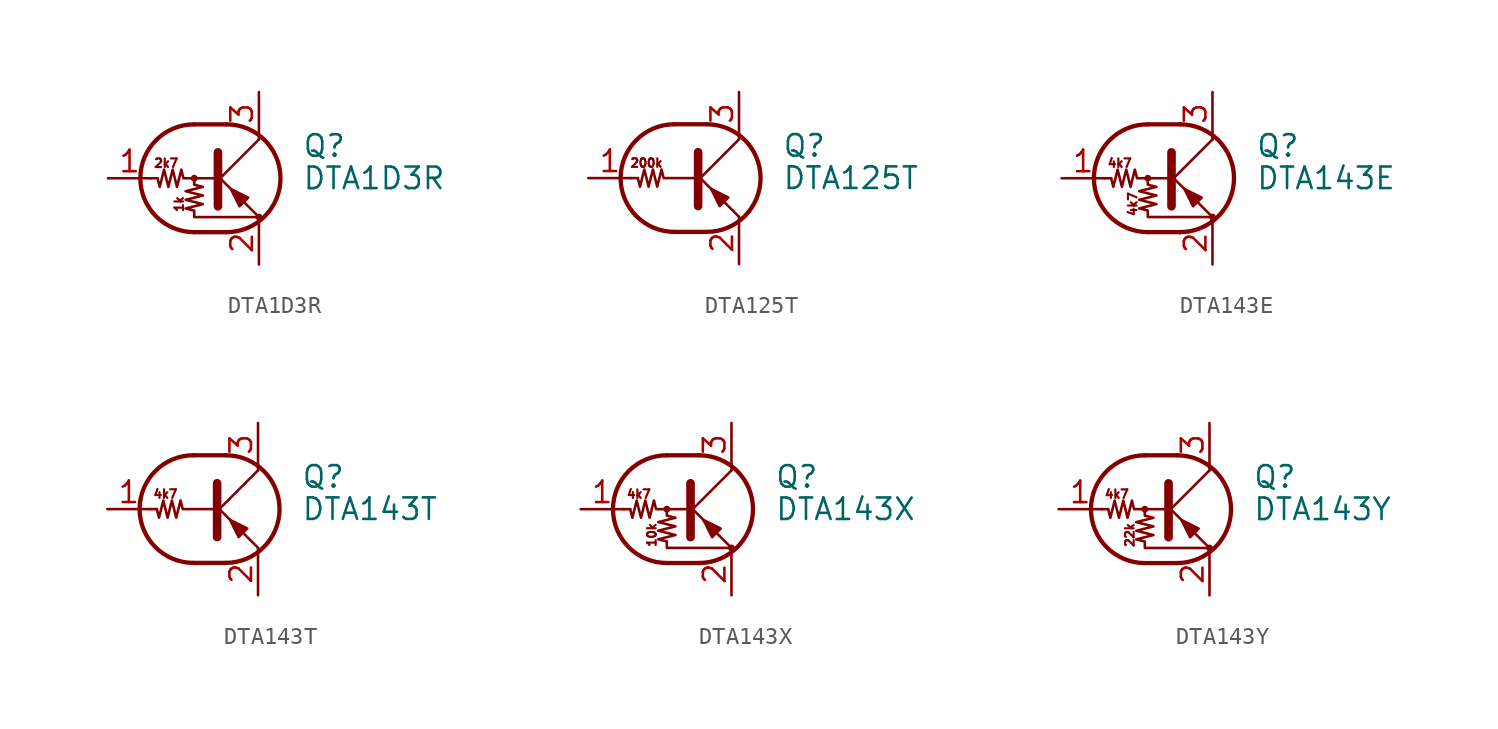
<source format=kicad_sym>
(kicad_symbol_lib
  (version 20201005)
  (generator kicad_symbol_editor)
  (symbol "Transistor_BJT:DTA1D3R"
    (pin_names
      (offset 0) hide)
    (property "Reference" "Q"
      (at 5.08 1.905 0)
      (effects (font (size 1.27 1.27)) (justify left)))
    (property "Value" "DTA1D3R"
      (at 5.08 0 0)
      (effects (font (size 1.27 1.27)) (justify left)))
    (symbol "DTA1D3R_0_0"
      (text "1k" (at -2.159 -1.524 900) (effects (font (size 0.508 0.508))))
      (text "2k7" (at -2.921 0.889 0) (effects (font (size 0.508 0.508)))))
    (symbol "DTA1D3R_0_1"
      (arc (start -1.27 3.175) (end -1.27 -3.175) (radius (at -1.27 0) (length 3.175) (angles 90.1 -90.1)) (stroke (width 0.254)) (fill (type none)))
      (arc (start 0.635 -3.175) (end 0.635 3.175) (radius (at 0.635 0) (length 3.175) (angles -89.9 89.9)) (stroke (width 0.254)) (fill (type none)))
      (circle (center -1.27 0) (radius 0.127) (stroke (width 0)) (fill (type none)))
      (circle (center 2.54 -2.286) (radius 0.127) (stroke (width 0)) (fill (type none)))
      (polyline (pts (xy -3.429 0) (xy -3.81 0)) (stroke (width 0)) (fill (type none)))
      (polyline (pts (xy -1.27 -3.175) (xy 0.635 -3.175)) (stroke (width 0.254)) (fill (type none)))
      (polyline (pts (xy -1.27 3.175) (xy 0.635 3.175)) (stroke (width 0.254)) (fill (type none)))
      (polyline (pts (xy 0 -0.254) (xy 2.54 2.286)) (stroke (width 0)) (fill (type none)))
      (polyline (pts (xy 0.127 1.524) (xy 0.127 -1.651)) (stroke (width 0.508)) (fill (type outline)))
      (polyline (pts (xy 2.54 2.286) (xy 2.54 2.54)) (stroke (width 0)) (fill (type none)))
      (polyline (pts (xy 2.54 -2.286) (xy 0 0.254) (xy 0 0.254)) (stroke (width 0)) (fill (type none)))
      (polyline (pts (xy 1.397 -1.651) (xy 1.905 -1.143) (xy 0.889 -0.635) (xy 1.397 -1.651)) (stroke (width 0)) (fill (type outline)))
      (polyline (pts (xy 0 0) (xy -1.905 0) (xy -2.032 0.508) (xy -2.286 -0.508) (xy -2.54 0.508) (xy -2.794 -0.508) (xy -3.048 0.508) (xy -3.302 -0.508) (xy -3.429 0)) (stroke (width 0)) (fill (type none)))
      (polyline (pts (xy -1.27 0) (xy -1.27 -0.381) (xy -0.762 -0.508) (xy -1.778 -0.762) (xy -0.762 -1.016) (xy -1.778 -1.27) (xy -0.762 -1.524) (xy -1.778 -1.778) (xy -1.27 -1.905) (xy -1.27 -2.286) (xy 2.54 -2.286)) (stroke (width 0)) (fill (type none))))
    (symbol "DTA1D3R_1_1"
      (pin input line (at -6.35 0 0) (length 2.54) (name "B" (effects (font (size 1.27 1.27)))) (number "1" (effects (font (size 1.27 1.27)))))
      (pin passive line (at 2.54 -5.08 90) (length 2.54) (name "E" (effects (font (size 1.27 1.27)))) (number "2" (effects (font (size 1.27 1.27)))))
      (pin passive line (at 2.54 5.08 270) (length 2.54) (name "C" (effects (font (size 1.27 1.27)))) (number "3" (effects (font (size 1.27 1.27)))))))
  (symbol "Transistor_BJT:DTA125T"
    (pin_names
      (offset 0) hide)
    (property "Reference" "Q"
      (at 5.08 1.905 0)
      (effects (font (size 1.27 1.27)) (justify left)))
    (property "Value" "DTA125T"
      (at 5.08 0 0)
      (effects (font (size 1.27 1.27)) (justify left)))
    (symbol "DTA125T_0_0"
      (text "200k" (at -2.921 0.889 0) (effects (font (size 0.508 0.508))))
      (polyline (pts (xy 2.54 -2.286) (xy 2.54 -2.54)) (stroke (width 0)) (fill (type none))))
    (symbol "DTA125T_0_1"
      (arc (start -1.27 3.175) (end -1.27 -3.175) (radius (at -1.27 0) (length 3.175) (angles 90.1 -90.1)) (stroke (width 0.254)) (fill (type none)))
      (arc (start 0.635 -3.175) (end 0.635 3.175) (radius (at 0.635 0) (length 3.175) (angles -89.9 89.9)) (stroke (width 0.254)) (fill (type none)))
      (polyline (pts (xy -3.429 0) (xy -3.81 0)) (stroke (width 0)) (fill (type none)))
      (polyline (pts (xy -1.27 -3.175) (xy 0.635 -3.175)) (stroke (width 0.254)) (fill (type none)))
      (polyline (pts (xy -1.27 3.175) (xy 0.635 3.175)) (stroke (width 0.254)) (fill (type none)))
      (polyline (pts (xy 0 -0.254) (xy 2.54 2.286)) (stroke (width 0)) (fill (type none)))
      (polyline (pts (xy 0.127 1.524) (xy 0.127 -1.651)) (stroke (width 0.508)) (fill (type outline)))
      (polyline (pts (xy 2.54 2.286) (xy 2.54 2.54)) (stroke (width 0)) (fill (type none)))
      (polyline (pts (xy 2.54 -2.286) (xy 0 0.254) (xy 0 0.254)) (stroke (width 0)) (fill (type none)))
      (polyline (pts (xy 1.397 -1.651) (xy 1.905 -1.143) (xy 0.889 -0.635) (xy 1.397 -1.651)) (stroke (width 0)) (fill (type outline)))
      (polyline (pts (xy 0 0) (xy -1.905 0) (xy -2.032 0.508) (xy -2.286 -0.508) (xy -2.54 0.508) (xy -2.794 -0.508) (xy -3.048 0.508) (xy -3.302 -0.508) (xy -3.429 0)) (stroke (width 0)) (fill (type none))))
    (symbol "DTA125T_1_1"
      (pin input line (at -6.35 0 0) (length 2.54) (name "B" (effects (font (size 1.27 1.27)))) (number "1" (effects (font (size 1.27 1.27)))))
      (pin passive line (at 2.54 -5.08 90) (length 2.54) (name "E" (effects (font (size 1.27 1.27)))) (number "2" (effects (font (size 1.27 1.27)))))
      (pin passive line (at 2.54 5.08 270) (length 2.54) (name "C" (effects (font (size 1.27 1.27)))) (number "3" (effects (font (size 1.27 1.27)))))))
  (symbol "Transistor_BJT:DTA143E"
    (pin_names
      (offset 0) hide)
    (property "Reference" "Q"
      (at 5.08 1.905 0)
      (effects (font (size 1.27 1.27)) (justify left)))
    (property "Value" "DTA143E"
      (at 5.08 0 0)
      (effects (font (size 1.27 1.27)) (justify left)))
    (symbol "DTA143E_0_0"
      (text "4k7" (at -2.921 0.889 0) (effects (font (size 0.508 0.508))))
      (text "4k7" (at -2.159 -1.524 900) (effects (font (size 0.508 0.508)))))
    (symbol "DTA143E_0_1"
      (arc (start -1.27 3.175) (end -1.27 -3.175) (radius (at -1.27 0) (length 3.175) (angles 90.1 -90.1)) (stroke (width 0.254)) (fill (type none)))
      (arc (start 0.635 -3.175) (end 0.635 3.175) (radius (at 0.635 0) (length 3.175) (angles -89.9 89.9)) (stroke (width 0.254)) (fill (type none)))
      (circle (center -1.27 0) (radius 0.127) (stroke (width 0)) (fill (type none)))
      (circle (center 2.54 -2.286) (radius 0.127) (stroke (width 0)) (fill (type none)))
      (polyline (pts (xy -3.429 0) (xy -3.81 0)) (stroke (width 0)) (fill (type none)))
      (polyline (pts (xy -1.27 -3.175) (xy 0.635 -3.175)) (stroke (width 0.254)) (fill (type none)))
      (polyline (pts (xy -1.27 3.175) (xy 0.635 3.175)) (stroke (width 0.254)) (fill (type none)))
      (polyline (pts (xy 0 -0.254) (xy 2.54 2.286)) (stroke (width 0)) (fill (type none)))
      (polyline (pts (xy 0.127 1.524) (xy 0.127 -1.651)) (stroke (width 0.508)) (fill (type outline)))
      (polyline (pts (xy 2.54 2.286) (xy 2.54 2.54)) (stroke (width 0)) (fill (type none)))
      (polyline (pts (xy 2.54 -2.286) (xy 0 0.254) (xy 0 0.254)) (stroke (width 0)) (fill (type none)))
      (polyline (pts (xy 1.397 -1.651) (xy 1.905 -1.143) (xy 0.889 -0.635) (xy 1.397 -1.651)) (stroke (width 0)) (fill (type outline)))
      (polyline (pts (xy 0 0) (xy -1.905 0) (xy -2.032 0.508) (xy -2.286 -0.508) (xy -2.54 0.508) (xy -2.794 -0.508) (xy -3.048 0.508) (xy -3.302 -0.508) (xy -3.429 0)) (stroke (width 0)) (fill (type none)))
      (polyline (pts (xy -1.27 0) (xy -1.27 -0.381) (xy -0.762 -0.508) (xy -1.778 -0.762) (xy -0.762 -1.016) (xy -1.778 -1.27) (xy -0.762 -1.524) (xy -1.778 -1.778) (xy -1.27 -1.905) (xy -1.27 -2.286) (xy 2.54 -2.286)) (stroke (width 0)) (fill (type none))))
    (symbol "DTA143E_1_1"
      (pin input line (at -6.35 0 0) (length 2.54) (name "B" (effects (font (size 1.27 1.27)))) (number "1" (effects (font (size 1.27 1.27)))))
      (pin passive line (at 2.54 -5.08 90) (length 2.54) (name "E" (effects (font (size 1.27 1.27)))) (number "2" (effects (font (size 1.27 1.27)))))
      (pin passive line (at 2.54 5.08 270) (length 2.54) (name "C" (effects (font (size 1.27 1.27)))) (number "3" (effects (font (size 1.27 1.27)))))))
  (symbol "Transistor_BJT:DTA143T"
    (pin_names
      (offset 0) hide)
    (property "Reference" "Q"
      (at 5.08 1.905 0)
      (effects (font (size 1.27 1.27)) (justify left)))
    (property "Value" "DTA143T"
      (at 5.08 0 0)
      (effects (font (size 1.27 1.27)) (justify left)))
    (symbol "DTA143T_0_0"
      (text "4k7" (at -2.921 0.889 0) (effects (font (size 0.508 0.508))))
      (polyline (pts (xy 2.54 -2.286) (xy 2.54 -2.54)) (stroke (width 0)) (fill (type none))))
    (symbol "DTA143T_0_1"
      (arc (start -1.27 3.175) (end -1.27 -3.175) (radius (at -1.27 0) (length 3.175) (angles 90.1 -90.1)) (stroke (width 0.254)) (fill (type none)))
      (arc (start 0.635 -3.175) (end 0.635 3.175) (radius (at 0.635 0) (length 3.175) (angles -89.9 89.9)) (stroke (width 0.254)) (fill (type none)))
      (polyline (pts (xy -3.429 0) (xy -3.81 0)) (stroke (width 0)) (fill (type none)))
      (polyline (pts (xy -1.27 -3.175) (xy 0.635 -3.175)) (stroke (width 0.254)) (fill (type none)))
      (polyline (pts (xy -1.27 3.175) (xy 0.635 3.175)) (stroke (width 0.254)) (fill (type none)))
      (polyline (pts (xy 0 -0.254) (xy 2.54 2.286)) (stroke (width 0)) (fill (type none)))
      (polyline (pts (xy 0.127 1.524) (xy 0.127 -1.651)) (stroke (width 0.508)) (fill (type outline)))
      (polyline (pts (xy 2.54 2.286) (xy 2.54 2.54)) (stroke (width 0)) (fill (type none)))
      (polyline (pts (xy 2.54 -2.286) (xy 0 0.254) (xy 0 0.254)) (stroke (width 0)) (fill (type none)))
      (polyline (pts (xy 1.397 -1.651) (xy 1.905 -1.143) (xy 0.889 -0.635) (xy 1.397 -1.651)) (stroke (width 0)) (fill (type outline)))
      (polyline (pts (xy 0 0) (xy -1.905 0) (xy -2.032 0.508) (xy -2.286 -0.508) (xy -2.54 0.508) (xy -2.794 -0.508) (xy -3.048 0.508) (xy -3.302 -0.508) (xy -3.429 0)) (stroke (width 0)) (fill (type none))))
    (symbol "DTA143T_1_1"
      (pin input line (at -6.35 0 0) (length 2.54) (name "B" (effects (font (size 1.27 1.27)))) (number "1" (effects (font (size 1.27 1.27)))))
      (pin passive line (at 2.54 -5.08 90) (length 2.54) (name "E" (effects (font (size 1.27 1.27)))) (number "2" (effects (font (size 1.27 1.27)))))
      (pin passive line (at 2.54 5.08 270) (length 2.54) (name "C" (effects (font (size 1.27 1.27)))) (number "3" (effects (font (size 1.27 1.27)))))))
  (symbol "Transistor_BJT:DTA143X"
    (pin_names
      (offset 0) hide)
    (property "Reference" "Q"
      (at 5.08 1.905 0)
      (effects (font (size 1.27 1.27)) (justify left)))
    (property "Value" "DTA143X"
      (at 5.08 0 0)
      (effects (font (size 1.27 1.27)) (justify left)))
    (symbol "DTA143X_0_0"
      (text "10k" (at -2.159 -1.524 900) (effects (font (size 0.508 0.508))))
      (text "4k7" (at -2.921 0.889 0) (effects (font (size 0.508 0.508)))))
    (symbol "DTA143X_0_1"
      (arc (start -1.27 3.175) (end -1.27 -3.175) (radius (at -1.27 0) (length 3.175) (angles 90.1 -90.1)) (stroke (width 0.254)) (fill (type none)))
      (arc (start 0.635 -3.175) (end 0.635 3.175) (radius (at 0.635 0) (length 3.175) (angles -89.9 89.9)) (stroke (width 0.254)) (fill (type none)))
      (circle (center -1.27 0) (radius 0.127) (stroke (width 0)) (fill (type none)))
      (circle (center 2.54 -2.286) (radius 0.127) (stroke (width 0)) (fill (type none)))
      (polyline (pts (xy -3.429 0) (xy -3.81 0)) (stroke (width 0)) (fill (type none)))
      (polyline (pts (xy -1.27 -3.175) (xy 0.635 -3.175)) (stroke (width 0.254)) (fill (type none)))
      (polyline (pts (xy -1.27 3.175) (xy 0.635 3.175)) (stroke (width 0.254)) (fill (type none)))
      (polyline (pts (xy 0 -0.254) (xy 2.54 2.286)) (stroke (width 0)) (fill (type none)))
      (polyline (pts (xy 0.127 1.524) (xy 0.127 -1.651)) (stroke (width 0.508)) (fill (type outline)))
      (polyline (pts (xy 2.54 2.286) (xy 2.54 2.54)) (stroke (width 0)) (fill (type none)))
      (polyline (pts (xy 2.54 -2.286) (xy 0 0.254) (xy 0 0.254)) (stroke (width 0)) (fill (type none)))
      (polyline (pts (xy 1.397 -1.651) (xy 1.905 -1.143) (xy 0.889 -0.635) (xy 1.397 -1.651)) (stroke (width 0)) (fill (type outline)))
      (polyline (pts (xy 0 0) (xy -1.905 0) (xy -2.032 0.508) (xy -2.286 -0.508) (xy -2.54 0.508) (xy -2.794 -0.508) (xy -3.048 0.508) (xy -3.302 -0.508) (xy -3.429 0)) (stroke (width 0)) (fill (type none)))
      (polyline (pts (xy -1.27 0) (xy -1.27 -0.381) (xy -0.762 -0.508) (xy -1.778 -0.762) (xy -0.762 -1.016) (xy -1.778 -1.27) (xy -0.762 -1.524) (xy -1.778 -1.778) (xy -1.27 -1.905) (xy -1.27 -2.286) (xy 2.54 -2.286)) (stroke (width 0)) (fill (type none))))
    (symbol "DTA143X_1_1"
      (pin input line (at -6.35 0 0) (length 2.54) (name "B" (effects (font (size 1.27 1.27)))) (number "1" (effects (font (size 1.27 1.27)))))
      (pin passive line (at 2.54 -5.08 90) (length 2.54) (name "E" (effects (font (size 1.27 1.27)))) (number "2" (effects (font (size 1.27 1.27)))))
      (pin passive line (at 2.54 5.08 270) (length 2.54) (name "C" (effects (font (size 1.27 1.27)))) (number "3" (effects (font (size 1.27 1.27)))))))
  (symbol "Transistor_BJT:DTA143Y"
    (pin_names
      (offset 0) hide)
    (property "Reference" "Q"
      (at 5.08 1.905 0)
      (effects (font (size 1.27 1.27)) (justify left)))
    (property "Value" "DTA143Y"
      (at 5.08 0 0)
      (effects (font (size 1.27 1.27)) (justify left)))
    (symbol "DTA143Y_0_0"
      (text "22k" (at -2.159 -1.524 900) (effects (font (size 0.508 0.508))))
      (text "4k7" (at -2.921 0.889 0) (effects (font (size 0.508 0.508)))))
    (symbol "DTA143Y_0_1"
      (arc (start -1.27 3.175) (end -1.27 -3.175) (radius (at -1.27 0) (length 3.175) (angles 90.1 -90.1)) (stroke (width 0.254)) (fill (type none)))
      (arc (start 0.635 -3.175) (end 0.635 3.175) (radius (at 0.635 0) (length 3.175) (angles -89.9 89.9)) (stroke (width 0.254)) (fill (type none)))
      (circle (center -1.27 0) (radius 0.127) (stroke (width 0)) (fill (type none)))
      (circle (center 2.54 -2.286) (radius 0.127) (stroke (width 0)) (fill (type none)))
      (polyline (pts (xy -3.429 0) (xy -3.81 0)) (stroke (width 0)) (fill (type none)))
      (polyline (pts (xy -1.27 -3.175) (xy 0.635 -3.175)) (stroke (width 0.254)) (fill (type none)))
      (polyline (pts (xy -1.27 3.175) (xy 0.635 3.175)) (stroke (width 0.254)) (fill (type none)))
      (polyline (pts (xy 0 -0.254) (xy 2.54 2.286)) (stroke (width 0)) (fill (type none)))
      (polyline (pts (xy 0.127 1.524) (xy 0.127 -1.651)) (stroke (width 0.508)) (fill (type outline)))
      (polyline (pts (xy 2.54 2.286) (xy 2.54 2.54)) (stroke (width 0)) (fill (type none)))
      (polyline (pts (xy 2.54 -2.286) (xy 0 0.254) (xy 0 0.254)) (stroke (width 0)) (fill (type none)))
      (polyline (pts (xy 1.397 -1.651) (xy 1.905 -1.143) (xy 0.889 -0.635) (xy 1.397 -1.651)) (stroke (width 0)) (fill (type outline)))
      (polyline (pts (xy 0 0) (xy -1.905 0) (xy -2.032 0.508) (xy -2.286 -0.508) (xy -2.54 0.508) (xy -2.794 -0.508) (xy -3.048 0.508) (xy -3.302 -0.508) (xy -3.429 0)) (stroke (width 0)) (fill (type none)))
      (polyline (pts (xy -1.27 0) (xy -1.27 -0.381) (xy -0.762 -0.508) (xy -1.778 -0.762) (xy -0.762 -1.016) (xy -1.778 -1.27) (xy -0.762 -1.524) (xy -1.778 -1.778) (xy -1.27 -1.905) (xy -1.27 -2.286) (xy 2.54 -2.286)) (stroke (width 0)) (fill (type none))))
    (symbol "DTA143Y_1_1"
      (pin input line (at -6.35 0 0) (length 2.54) (name "B" (effects (font (size 1.27 1.27)))) (number "1" (effects (font (size 1.27 1.27)))))
      (pin passive line (at 2.54 -5.08 90) (length 2.54) (name "E" (effects (font (size 1.27 1.27)))) (number "2" (effects (font (size 1.27 1.27)))))
      (pin passive line (at 2.54 5.08 270) (length 2.54) (name "C" (effects (font (size 1.27 1.27)))) (number "3" (effects (font (size 1.27 1.27))))))))
</source>
